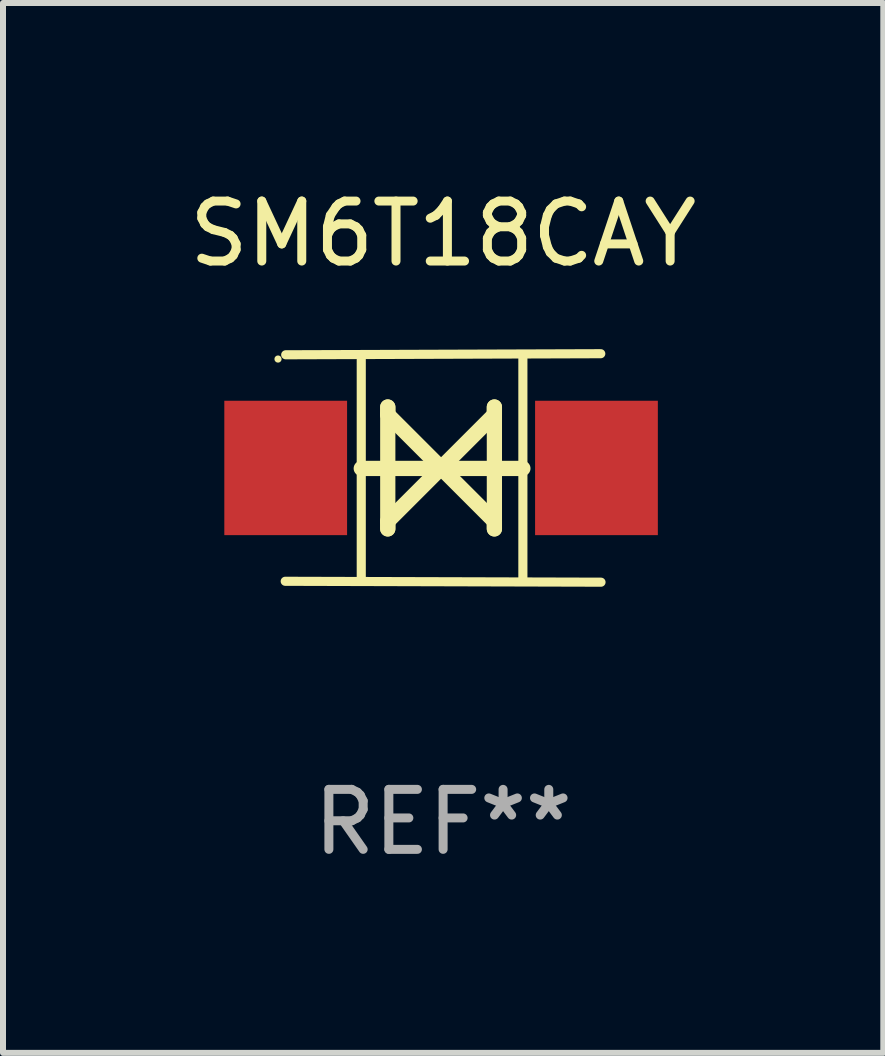
<source format=kicad_pcb>
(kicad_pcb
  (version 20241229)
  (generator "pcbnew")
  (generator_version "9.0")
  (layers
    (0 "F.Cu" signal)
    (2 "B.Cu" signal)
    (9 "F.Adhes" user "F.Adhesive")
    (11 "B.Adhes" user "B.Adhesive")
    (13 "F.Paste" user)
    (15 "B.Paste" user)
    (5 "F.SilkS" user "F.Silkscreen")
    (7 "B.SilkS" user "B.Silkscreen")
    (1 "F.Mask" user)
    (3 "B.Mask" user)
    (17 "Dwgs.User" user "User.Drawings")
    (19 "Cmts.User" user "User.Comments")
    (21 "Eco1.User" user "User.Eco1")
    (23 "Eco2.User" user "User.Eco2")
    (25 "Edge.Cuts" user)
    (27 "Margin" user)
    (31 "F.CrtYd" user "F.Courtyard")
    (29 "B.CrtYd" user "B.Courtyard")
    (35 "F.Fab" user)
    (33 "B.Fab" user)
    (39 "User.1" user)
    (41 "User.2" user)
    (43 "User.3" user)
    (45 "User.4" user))
  (footprint "SM6T18CAY"
    (layer "F.Cu")
    (at 4.339 4.753)
    (property "Reference" "SM6T18CAY" (at 0 -3.905 0) (layer "F.SilkS") (effects (font (size 1 1) (thickness 0.15))))
    (attr through_hole)
    (fp_line (start -1.365 1.886) (end -1.365 -1.886) (stroke (width 0.152) (type solid)) (layer "F.SilkS"))
    (fp_line (start -1.365 0.008) (end 1.33 0.008) (stroke (width 0.254) (type solid)) (layer "F.SilkS"))
    (fp_line (start -0.923 -1.016) (end -0.923 1.016) (stroke (width 0.254) (type solid)) (layer "F.SilkS"))
    (fp_line (start -0.923 -0.889) (end -0.923 -1.016) (stroke (width 0.254) (type solid)) (layer "F.SilkS"))
    (fp_line (start -0.923 0.889) (end -0.034 0) (stroke (width 0.254) (type solid)) (layer "F.SilkS"))
    (fp_line (start -0.923 1.016) (end -0.923 0.889) (stroke (width 0.254) (type solid)) (layer "F.SilkS"))
    (fp_line (start -0.034 0) (end -0.923 -0.889) (stroke (width 0.254) (type solid)) (layer "F.SilkS"))
    (fp_line (start -0.034 0) (end 0.855 0.889) (stroke (width 0.254) (type solid)) (layer "F.SilkS"))
    (fp_line (start 0.855 -1.016) (end 0.855 -0.889) (stroke (width 0.254) (type solid)) (layer "F.SilkS"))
    (fp_line (start 0.855 -0.889) (end -0.034 0) (stroke (width 0.254) (type solid)) (layer "F.SilkS"))
    (fp_line (start 0.855 0.889) (end 0.855 1.016) (stroke (width 0.254) (type solid)) (layer "F.SilkS"))
    (fp_line (start 0.855 1.016) (end 0.855 -1.016) (stroke (width 0.254) (type solid)) (layer "F.SilkS"))
    (fp_line (start 1.33 1.886) (end 1.33 -1.886) (stroke (width 0.152) (type solid)) (layer "F.SilkS"))
    (fp_line (start 2.629 -1.905) (end -2.625 -1.887) (stroke (width 0.152) (type solid)) (layer "F.SilkS"))
    (fp_line (start 2.633 1.905) (end -2.633 1.89) (stroke (width 0.152) (type solid)) (layer "F.SilkS"))
    (fp_circle (center -2.753 -1.816) (end -2.723 -1.816) (stroke (width 0.06) (type solid)) (fill no) (layer "F.SilkS"))
    (fp_text user "REF**" (at 0 5.905 0) (layer "F.Fab") (effects (font (size 1 1) (thickness 0.15))))
    (pad "1" smd rect (at -2.625 0) (size 2.047 2.241) (layers "F.Cu" "F.Mask" "F.Paste"))
    (pad "2" smd rect (at 2.557 0) (size 2.047 2.241) (layers "F.Cu" "F.Mask" "F.Paste")))
  (gr_rect
    (start -3 -3)
    (end 11.679 14.507)
    (stroke (width 0.1) (type default))
    (fill no)
    (layer "Edge.Cuts")))
</source>
